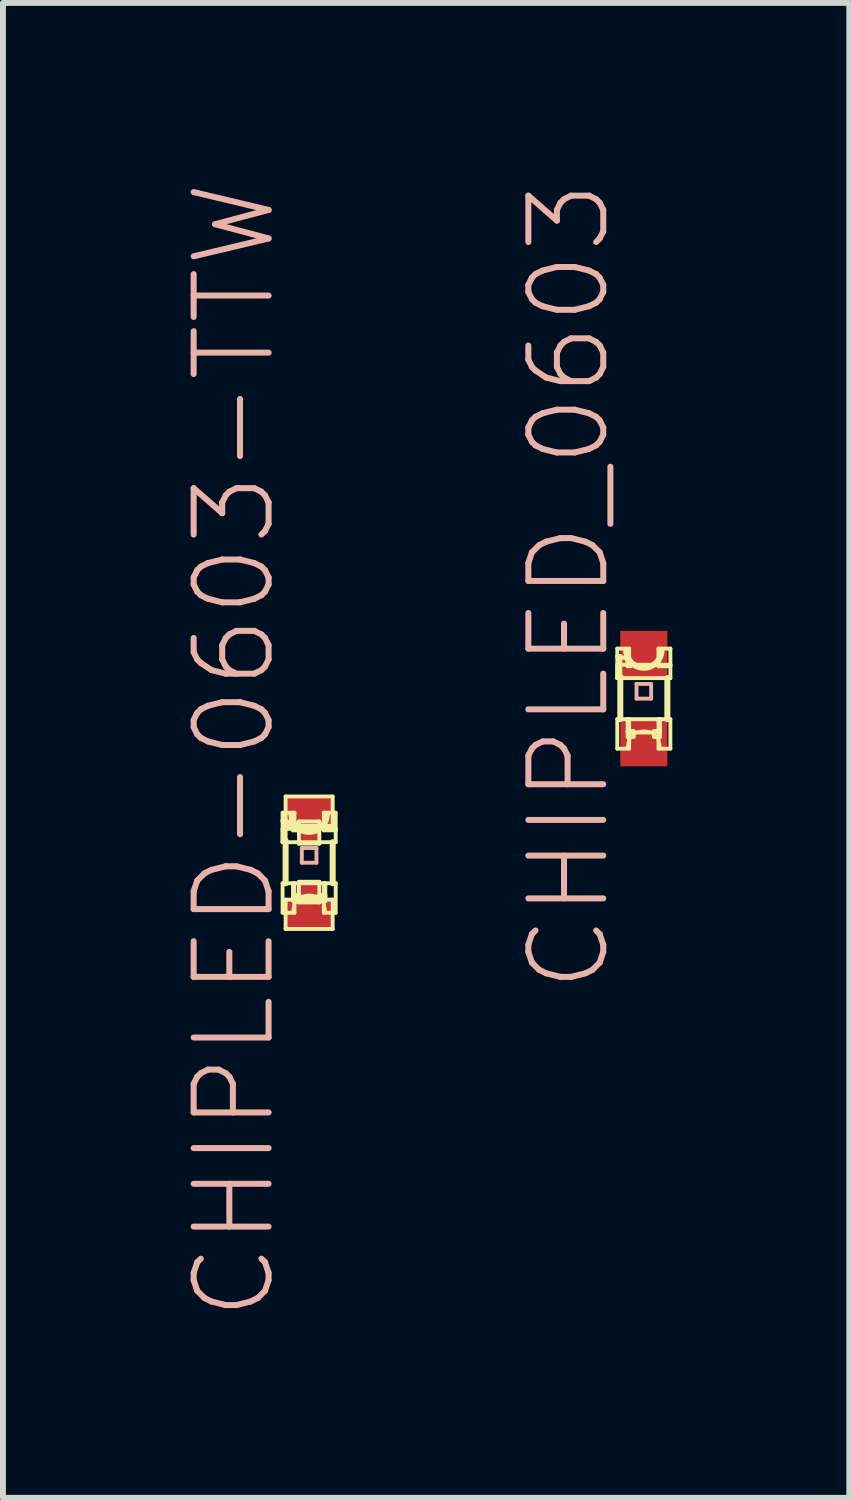
<source format=kicad_pcb>
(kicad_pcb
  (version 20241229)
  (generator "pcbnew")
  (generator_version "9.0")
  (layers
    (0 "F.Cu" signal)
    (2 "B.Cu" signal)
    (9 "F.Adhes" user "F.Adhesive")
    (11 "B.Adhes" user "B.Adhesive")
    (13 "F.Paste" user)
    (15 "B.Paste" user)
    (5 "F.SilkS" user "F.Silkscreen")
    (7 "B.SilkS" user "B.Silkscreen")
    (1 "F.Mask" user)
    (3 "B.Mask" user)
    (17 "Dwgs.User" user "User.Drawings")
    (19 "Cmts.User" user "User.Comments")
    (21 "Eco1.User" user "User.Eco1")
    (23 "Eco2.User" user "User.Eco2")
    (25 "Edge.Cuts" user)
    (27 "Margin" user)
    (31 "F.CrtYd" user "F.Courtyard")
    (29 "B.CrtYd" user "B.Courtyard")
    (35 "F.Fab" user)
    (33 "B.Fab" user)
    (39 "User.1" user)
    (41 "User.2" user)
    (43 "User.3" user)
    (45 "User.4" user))
  (footprint "CHIPLED_0603"
    (layer "F.Cu")
    (at 7.865 8.794)
    (property "Reference" "CHIPLED_0603" (at -1.27 -1.905 90) (layer "B.SilkS") (effects (font (size 1.27 1.27) (thickness 0.102))))
    (attr smd)
    (fp_line (start -0.45 -0.848) (end -0.249 -0.848) (stroke (width 0.066) (type solid)) (layer "F.SilkS"))
    (fp_line (start -0.45 -0.724) (end -0.399 -0.724) (stroke (width 0.066) (type solid)) (layer "F.SilkS"))
    (fp_line (start -0.45 -0.699) (end -0.45 -0.848) (stroke (width 0.066) (type solid)) (layer "F.SilkS"))
    (fp_line (start -0.45 -0.699) (end -0.249 -0.699) (stroke (width 0.066) (type solid)) (layer "F.SilkS"))
    (fp_line (start -0.45 -0.574) (end 0.45 -0.574) (stroke (width 0.066) (type solid)) (layer "F.SilkS"))
    (fp_line (start -0.45 -0.348) (end -0.45 -0.724) (stroke (width 0.066) (type solid)) (layer "F.SilkS"))
    (fp_line (start -0.45 -0.348) (end -0.45 -0.574) (stroke (width 0.066) (type solid)) (layer "F.SilkS"))
    (fp_line (start -0.45 -0.348) (end -0.399 -0.348) (stroke (width 0.066) (type solid)) (layer "F.SilkS"))
    (fp_line (start -0.45 -0.348) (end 0.45 -0.348) (stroke (width 0.066) (type solid)) (layer "F.SilkS"))
    (fp_line (start -0.45 0.348) (end -0.249 0.348) (stroke (width 0.066) (type solid)) (layer "F.SilkS"))
    (fp_line (start -0.45 0.848) (end -0.45 0.348) (stroke (width 0.066) (type solid)) (layer "F.SilkS"))
    (fp_line (start -0.45 0.848) (end -0.249 0.848) (stroke (width 0.066) (type solid)) (layer "F.SilkS"))
    (fp_line (start -0.399 -0.373) (end -0.399 0.348) (stroke (width 0.102) (type solid)) (layer "F.SilkS"))
    (fp_line (start -0.399 -0.348) (end -0.399 -0.724) (stroke (width 0.066) (type solid)) (layer "F.SilkS"))
    (fp_line (start -0.274 -0.599) (end -0.224 -0.599) (stroke (width 0.066) (type solid)) (layer "F.SilkS"))
    (fp_line (start -0.274 -0.549) (end -0.274 -0.599) (stroke (width 0.066) (type solid)) (layer "F.SilkS"))
    (fp_line (start -0.274 -0.549) (end -0.224 -0.549) (stroke (width 0.066) (type solid)) (layer "F.SilkS"))
    (fp_line (start -0.274 0.348) (end 0.274 0.348) (stroke (width 0.066) (type solid)) (layer "F.SilkS"))
    (fp_line (start -0.274 0.549) (end -0.173 0.549) (stroke (width 0.066) (type solid)) (layer "F.SilkS"))
    (fp_line (start -0.274 0.574) (end -0.274 0.348) (stroke (width 0.066) (type solid)) (layer "F.SilkS"))
    (fp_line (start -0.274 0.574) (end 0.274 0.574) (stroke (width 0.066) (type solid)) (layer "F.SilkS"))
    (fp_line (start -0.274 0.648) (end -0.274 0.549) (stroke (width 0.066) (type solid)) (layer "F.SilkS"))
    (fp_line (start -0.274 0.648) (end -0.173 0.648) (stroke (width 0.066) (type solid)) (layer "F.SilkS"))
    (fp_line (start -0.249 -0.699) (end -0.249 -0.848) (stroke (width 0.066) (type solid)) (layer "F.SilkS"))
    (fp_line (start -0.249 0.848) (end -0.249 0.348) (stroke (width 0.066) (type solid)) (layer "F.SilkS"))
    (fp_line (start -0.224 -0.549) (end -0.224 -0.599) (stroke (width 0.066) (type solid)) (layer "F.SilkS"))
    (fp_line (start -0.173 0.648) (end -0.173 0.549) (stroke (width 0.066) (type solid)) (layer "F.SilkS"))
    (fp_line (start 0.173 0.549) (end 0.274 0.549) (stroke (width 0.066) (type solid)) (layer "F.SilkS"))
    (fp_line (start 0.173 0.648) (end 0.173 0.549) (stroke (width 0.066) (type solid)) (layer "F.SilkS"))
    (fp_line (start 0.173 0.648) (end 0.274 0.648) (stroke (width 0.066) (type solid)) (layer "F.SilkS"))
    (fp_line (start 0.249 -0.848) (end 0.45 -0.848) (stroke (width 0.066) (type solid)) (layer "F.SilkS"))
    (fp_line (start 0.249 -0.549) (end 0.249 -0.848) (stroke (width 0.066) (type solid)) (layer "F.SilkS"))
    (fp_line (start 0.249 -0.549) (end 0.45 -0.549) (stroke (width 0.066) (type solid)) (layer "F.SilkS"))
    (fp_line (start 0.249 0.348) (end 0.45 0.348) (stroke (width 0.066) (type solid)) (layer "F.SilkS"))
    (fp_line (start 0.249 0.848) (end 0.249 0.348) (stroke (width 0.066) (type solid)) (layer "F.SilkS"))
    (fp_line (start 0.249 0.848) (end 0.45 0.848) (stroke (width 0.066) (type solid)) (layer "F.SilkS"))
    (fp_line (start 0.274 0.574) (end 0.274 0.348) (stroke (width 0.066) (type solid)) (layer "F.SilkS"))
    (fp_line (start 0.274 0.648) (end 0.274 0.549) (stroke (width 0.066) (type solid)) (layer "F.SilkS"))
    (fp_line (start 0.399 -0.348) (end 0.399 0.348) (stroke (width 0.102) (type solid)) (layer "F.SilkS"))
    (fp_line (start 0.45 -0.549) (end 0.45 -0.848) (stroke (width 0.066) (type solid)) (layer "F.SilkS"))
    (fp_line (start 0.45 -0.348) (end 0.45 -0.574) (stroke (width 0.066) (type solid)) (layer "F.SilkS"))
    (fp_line (start 0.45 0.848) (end 0.45 0.348) (stroke (width 0.066) (type solid)) (layer "F.SilkS"))
    (fp_arc (start -0.27432 0.82296) (mid 0 0.54864) (end 0.27432 0.82296) (stroke (width 0.0508) (type solid)) (layer "F.SilkS"))
    (fp_arc (start 0.29972 -0.82296) (mid 0 -0.52324) (end -0.29972 -0.82296) (stroke (width 0.1016) (type solid)) (layer "F.SilkS"))
    (fp_circle (center -0.348 -0.625) (end -0.384 -0.66) (stroke (width 0.025) (type solid)) (fill no) (layer "F.SilkS"))
    (fp_line (start -0.124 -0.249) (end 0.124 -0.249) (stroke (width 0.066) (type solid)) (layer "B.SilkS"))
    (fp_line (start -0.124 0) (end -0.124 -0.249) (stroke (width 0.066) (type solid)) (layer "B.SilkS"))
    (fp_line (start -0.124 0) (end 0.124 0) (stroke (width 0.066) (type solid)) (layer "B.SilkS"))
    (fp_line (start 0.124 0) (end 0.124 -0.249) (stroke (width 0.066) (type solid)) (layer "B.SilkS"))
    (pad "A" smd rect (at 0 0.749) (size 0.798 0.798) (layers "F.Cu" "F.Mask" "F.Paste"))
    (pad "C" smd rect (at 0 -0.749) (size 0.798 0.798) (layers "F.Cu" "F.Mask" "F.Paste")))
  (footprint "CHIPLED-0603-TTW"
    (layer "F.Cu")
    (at 2.191 11.576)
    (property "Reference" "CHIPLED-0603-TTW" (at -1.27 -1.905 90) (layer "B.SilkS") (effects (font (size 1.27 1.27) (thickness 0.102))))
    (attr smd)
    (fp_line (start -0.45 -0.848) (end -0.249 -0.848) (stroke (width 0.066) (type solid)) (layer "F.SilkS"))
    (fp_line (start -0.45 -0.724) (end -0.399 -0.724) (stroke (width 0.066) (type solid)) (layer "F.SilkS"))
    (fp_line (start -0.45 -0.699) (end -0.45 -0.848) (stroke (width 0.066) (type solid)) (layer "F.SilkS"))
    (fp_line (start -0.45 -0.699) (end -0.249 -0.699) (stroke (width 0.066) (type solid)) (layer "F.SilkS"))
    (fp_line (start -0.45 -0.574) (end 0.45 -0.574) (stroke (width 0.066) (type solid)) (layer "F.SilkS"))
    (fp_line (start -0.45 -0.348) (end -0.45 -0.724) (stroke (width 0.066) (type solid)) (layer "F.SilkS"))
    (fp_line (start -0.45 -0.348) (end -0.45 -0.574) (stroke (width 0.066) (type solid)) (layer "F.SilkS"))
    (fp_line (start -0.45 -0.348) (end -0.399 -0.348) (stroke (width 0.066) (type solid)) (layer "F.SilkS"))
    (fp_line (start -0.45 -0.348) (end 0.45 -0.348) (stroke (width 0.066) (type solid)) (layer "F.SilkS"))
    (fp_line (start -0.45 0.348) (end -0.249 0.348) (stroke (width 0.066) (type solid)) (layer "F.SilkS"))
    (fp_line (start -0.45 0.848) (end -0.45 0.348) (stroke (width 0.066) (type solid)) (layer "F.SilkS"))
    (fp_line (start -0.45 0.848) (end -0.249 0.848) (stroke (width 0.066) (type solid)) (layer "F.SilkS"))
    (fp_line (start -0.399 -1.123) (end 0.399 -1.123) (stroke (width 0.066) (type solid)) (layer "F.SilkS"))
    (fp_line (start -0.399 -0.625) (end -0.399 -1.123) (stroke (width 0.066) (type solid)) (layer "F.SilkS"))
    (fp_line (start -0.399 -0.625) (end 0.399 -0.625) (stroke (width 0.066) (type solid)) (layer "F.SilkS"))
    (fp_line (start -0.399 -0.373) (end -0.399 0.348) (stroke (width 0.102) (type solid)) (layer "F.SilkS"))
    (fp_line (start -0.399 -0.348) (end -0.399 -0.724) (stroke (width 0.066) (type solid)) (layer "F.SilkS"))
    (fp_line (start -0.399 0.625) (end 0.399 0.625) (stroke (width 0.066) (type solid)) (layer "F.SilkS"))
    (fp_line (start -0.399 1.123) (end -0.399 0.625) (stroke (width 0.066) (type solid)) (layer "F.SilkS"))
    (fp_line (start -0.399 1.123) (end 0.399 1.123) (stroke (width 0.066) (type solid)) (layer "F.SilkS"))
    (fp_line (start -0.274 -0.599) (end -0.224 -0.599) (stroke (width 0.066) (type solid)) (layer "F.SilkS"))
    (fp_line (start -0.274 -0.549) (end -0.274 -0.599) (stroke (width 0.066) (type solid)) (layer "F.SilkS"))
    (fp_line (start -0.274 -0.549) (end -0.224 -0.549) (stroke (width 0.066) (type solid)) (layer "F.SilkS"))
    (fp_line (start -0.274 0.348) (end 0.274 0.348) (stroke (width 0.066) (type solid)) (layer "F.SilkS"))
    (fp_line (start -0.274 0.549) (end -0.173 0.549) (stroke (width 0.066) (type solid)) (layer "F.SilkS"))
    (fp_line (start -0.274 0.574) (end -0.274 0.348) (stroke (width 0.066) (type solid)) (layer "F.SilkS"))
    (fp_line (start -0.274 0.574) (end 0.274 0.574) (stroke (width 0.066) (type solid)) (layer "F.SilkS"))
    (fp_line (start -0.274 0.648) (end -0.274 0.549) (stroke (width 0.066) (type solid)) (layer "F.SilkS"))
    (fp_line (start -0.274 0.648) (end -0.173 0.648) (stroke (width 0.066) (type solid)) (layer "F.SilkS"))
    (fp_line (start -0.249 -0.699) (end -0.249 -0.848) (stroke (width 0.066) (type solid)) (layer "F.SilkS"))
    (fp_line (start -0.249 0.848) (end -0.249 0.348) (stroke (width 0.066) (type solid)) (layer "F.SilkS"))
    (fp_line (start -0.224 -0.549) (end -0.224 -0.599) (stroke (width 0.066) (type solid)) (layer "F.SilkS"))
    (fp_line (start -0.173 -0.699) (end 0.173 -0.699) (stroke (width 0.066) (type solid)) (layer "F.SilkS"))
    (fp_line (start -0.173 -0.323) (end -0.173 -0.699) (stroke (width 0.066) (type solid)) (layer "F.SilkS"))
    (fp_line (start -0.173 -0.323) (end 0.173 -0.323) (stroke (width 0.066) (type solid)) (layer "F.SilkS"))
    (fp_line (start -0.173 0.323) (end 0.173 0.323) (stroke (width 0.066) (type solid)) (layer "F.SilkS"))
    (fp_line (start -0.173 0.648) (end -0.173 0.549) (stroke (width 0.066) (type solid)) (layer "F.SilkS"))
    (fp_line (start -0.173 0.673) (end -0.173 0.323) (stroke (width 0.066) (type solid)) (layer "F.SilkS"))
    (fp_line (start -0.173 0.673) (end 0.173 0.673) (stroke (width 0.066) (type solid)) (layer "F.SilkS"))
    (fp_line (start 0.173 -0.323) (end 0.173 -0.699) (stroke (width 0.066) (type solid)) (layer "F.SilkS"))
    (fp_line (start 0.173 0.549) (end 0.274 0.549) (stroke (width 0.066) (type solid)) (layer "F.SilkS"))
    (fp_line (start 0.173 0.648) (end 0.173 0.549) (stroke (width 0.066) (type solid)) (layer "F.SilkS"))
    (fp_line (start 0.173 0.648) (end 0.274 0.648) (stroke (width 0.066) (type solid)) (layer "F.SilkS"))
    (fp_line (start 0.173 0.673) (end 0.173 0.323) (stroke (width 0.066) (type solid)) (layer "F.SilkS"))
    (fp_line (start 0.249 -0.848) (end 0.45 -0.848) (stroke (width 0.066) (type solid)) (layer "F.SilkS"))
    (fp_line (start 0.249 -0.549) (end 0.249 -0.848) (stroke (width 0.066) (type solid)) (layer "F.SilkS"))
    (fp_line (start 0.249 -0.549) (end 0.45 -0.549) (stroke (width 0.066) (type solid)) (layer "F.SilkS"))
    (fp_line (start 0.249 0.348) (end 0.45 0.348) (stroke (width 0.066) (type solid)) (layer "F.SilkS"))
    (fp_line (start 0.249 0.848) (end 0.249 0.348) (stroke (width 0.066) (type solid)) (layer "F.SilkS"))
    (fp_line (start 0.249 0.848) (end 0.45 0.848) (stroke (width 0.066) (type solid)) (layer "F.SilkS"))
    (fp_line (start 0.274 0.574) (end 0.274 0.348) (stroke (width 0.066) (type solid)) (layer "F.SilkS"))
    (fp_line (start 0.274 0.648) (end 0.274 0.549) (stroke (width 0.066) (type solid)) (layer "F.SilkS"))
    (fp_line (start 0.399 -0.625) (end 0.399 -1.123) (stroke (width 0.066) (type solid)) (layer "F.SilkS"))
    (fp_line (start 0.399 -0.348) (end 0.399 0.348) (stroke (width 0.102) (type solid)) (layer "F.SilkS"))
    (fp_line (start 0.399 1.123) (end 0.399 0.625) (stroke (width 0.066) (type solid)) (layer "F.SilkS"))
    (fp_line (start 0.45 -0.549) (end 0.45 -0.848) (stroke (width 0.066) (type solid)) (layer "F.SilkS"))
    (fp_line (start 0.45 -0.348) (end 0.45 -0.574) (stroke (width 0.066) (type solid)) (layer "F.SilkS"))
    (fp_line (start 0.45 0.848) (end 0.45 0.348) (stroke (width 0.066) (type solid)) (layer "F.SilkS"))
    (fp_arc (start -0.27432 0.82296) (mid 0 0.54864) (end 0.27432 0.82296) (stroke (width 0.0508) (type solid)) (layer "F.SilkS"))
    (fp_arc (start 0.29972 -0.82296) (mid 0 -0.52324) (end -0.29972 -0.82296) (stroke (width 0.1016) (type solid)) (layer "F.SilkS"))
    (fp_circle (center -0.348 -0.625) (end -0.384 -0.66) (stroke (width 0.025) (type solid)) (fill no) (layer "F.SilkS"))
    (fp_line (start -0.124 -0.249) (end 0.124 -0.249) (stroke (width 0.066) (type solid)) (layer "B.SilkS"))
    (fp_line (start -0.124 0) (end -0.124 -0.249) (stroke (width 0.066) (type solid)) (layer "B.SilkS"))
    (fp_line (start -0.124 0) (end 0.124 0) (stroke (width 0.066) (type solid)) (layer "B.SilkS"))
    (fp_line (start 0.124 0) (end 0.124 -0.249) (stroke (width 0.066) (type solid)) (layer "B.SilkS"))
    (pad "A" smd rect (at 0 0.874) (size 0.798 0.498) (layers "F.Cu" "F.Mask" "F.Paste"))
    (pad "A@1" smd rect (at 0 0.498) (size 0.348 0.348) (layers "F.Cu" "F.Mask" "F.Paste"))
    (pad "C" smd rect (at 0 -0.874) (size 0.798 0.498) (layers "F.Cu" "F.Mask" "F.Paste"))
    (pad "C@1" smd rect (at 0 -0.498) (size 0.348 0.348) (layers "F.Cu" "F.Mask" "F.Paste")))
  (gr_rect
    (start -3 -3)
    (end 11.348 22.343)
    (stroke (width 0.1) (type default))
    (fill no)
    (layer "Edge.Cuts")))
</source>
